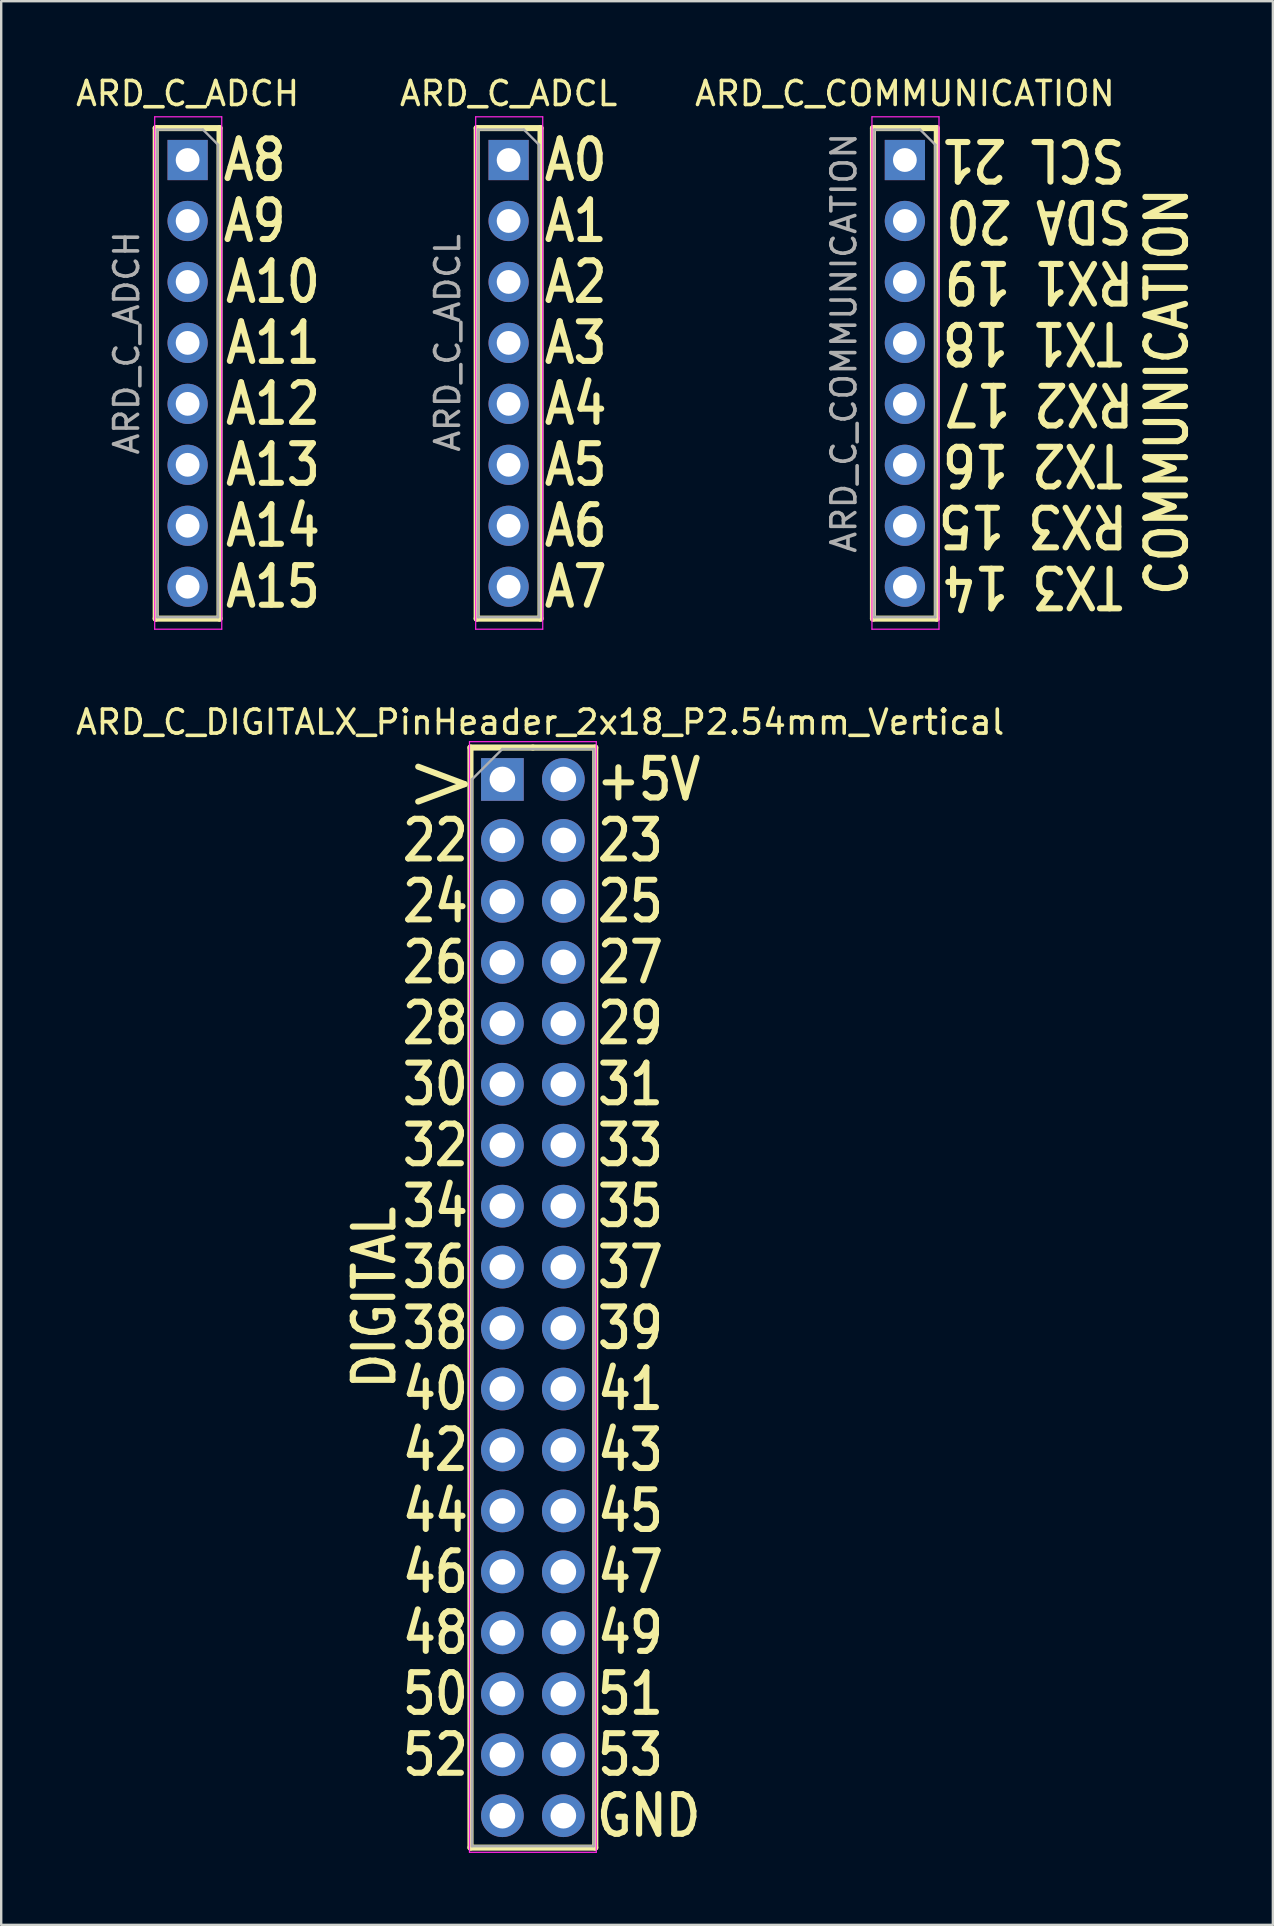
<source format=kicad_pcb>
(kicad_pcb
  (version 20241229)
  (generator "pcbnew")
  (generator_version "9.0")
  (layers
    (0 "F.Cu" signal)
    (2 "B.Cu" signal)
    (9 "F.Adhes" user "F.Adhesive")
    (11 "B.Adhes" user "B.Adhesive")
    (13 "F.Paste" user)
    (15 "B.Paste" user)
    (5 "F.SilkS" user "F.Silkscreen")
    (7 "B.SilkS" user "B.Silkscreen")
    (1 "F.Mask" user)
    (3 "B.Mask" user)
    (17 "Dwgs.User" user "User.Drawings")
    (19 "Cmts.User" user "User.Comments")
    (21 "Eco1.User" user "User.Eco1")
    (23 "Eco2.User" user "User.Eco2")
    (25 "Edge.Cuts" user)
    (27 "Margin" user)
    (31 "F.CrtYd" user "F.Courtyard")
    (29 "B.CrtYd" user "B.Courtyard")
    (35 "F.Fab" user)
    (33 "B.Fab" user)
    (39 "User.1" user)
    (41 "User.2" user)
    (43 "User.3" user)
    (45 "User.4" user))
  (footprint "ARD_C_ADCH"
    (layer "F.Cu")
    (at 4.768 3.618)
    (property "Reference" "ARD_C_ADCH" (at 0 -2.77 0) (layer "F.SilkS") (effects (font (size 1 1) (thickness 0.15))))
    (attr through_hole)
    (fp_line (start -1.33 -1.33) (end -1.33 19.11) (stroke (width 0.254) (type solid)) (layer "F.SilkS"))
    (fp_line (start -1.33 -1.33) (end 1.33 -1.33) (stroke (width 0.254) (type solid)) (layer "F.SilkS"))
    (fp_line (start -1.33 19.11) (end 1.33 19.11) (stroke (width 0.254) (type solid)) (layer "F.SilkS"))
    (fp_line (start 1.33 -1.33) (end 1.33 19.11) (stroke (width 0.254) (type solid)) (layer "F.SilkS"))
    (fp_line (start -1.372 -1.8) (end 1.422 -1.8) (stroke (width 0.05) (type solid)) (layer "F.CrtYd"))
    (fp_line (start -1.372 19.55) (end -1.372 -1.8) (stroke (width 0.05) (type solid)) (layer "F.CrtYd"))
    (fp_line (start 1.422 -1.8) (end 1.422 19.55) (stroke (width 0.05) (type solid)) (layer "F.CrtYd"))
    (fp_line (start 1.422 19.55) (end -1.372 19.55) (stroke (width 0.05) (type solid)) (layer "F.CrtYd"))
    (fp_line (start -1.27 -1.27) (end 0.635 -1.27) (stroke (width 0.1) (type solid)) (layer "F.Fab"))
    (fp_line (start -1.27 19.05) (end -1.27 -1.27) (stroke (width 0.1) (type solid)) (layer "F.Fab"))
    (fp_line (start 0.635 -1.27) (end 1.27 -0.635) (stroke (width 0.1) (type solid)) (layer "F.Fab"))
    (fp_line (start 1.27 -0.635) (end 1.27 19.05) (stroke (width 0.1) (type solid)) (layer "F.Fab"))
    (fp_line (start 1.27 19.05) (end -1.27 19.05) (stroke (width 0.1) (type solid)) (layer "F.Fab"))
    (fp_text user "A12" (at 3.556 10.16 0) (layer "F.SilkS") (effects (font (size 1.651 1.397) (thickness 0.254))))
    (fp_text user "A13" (at 3.556 12.7 0) (layer "F.SilkS") (effects (font (size 1.651 1.397) (thickness 0.254))))
    (fp_text user "A8" (at 2.794 0 0) (layer "F.SilkS") (effects (font (size 1.651 1.397) (thickness 0.254))))
    (fp_text user "A10" (at 3.556 5.08 0) (layer "F.SilkS") (effects (font (size 1.651 1.397) (thickness 0.254))))
    (fp_text user "A14" (at 3.556 15.24 0) (layer "F.SilkS") (effects (font (size 1.651 1.397) (thickness 0.254))))
    (fp_text user "A11" (at 3.556 7.62 0) (layer "F.SilkS") (effects (font (size 1.651 1.397) (thickness 0.254))))
    (fp_text user "A15" (at 3.556 17.78 0) (layer "F.SilkS") (effects (font (size 1.651 1.397) (thickness 0.254))))
    (fp_text user "A9" (at 2.794 2.54 0) (layer "F.SilkS") (effects (font (size 1.651 1.397) (thickness 0.254))))
    (fp_text user "${REFERENCE}" (at -2.54 7.62 90) (layer "F.Fab") (effects (font (size 1 1) (thickness 0.15))))
    (pad "1" thru_hole rect (at 0 0) (size 1.676 1.676) (drill 0.991) (layers "*.Cu" "*.Mask"))
    (pad "2" thru_hole circle (at 0 2.54) (size 1.676 1.676) (drill 0.991) (layers "*.Cu" "*.Mask"))
    (pad "3" thru_hole circle (at 0 5.08) (size 1.676 1.676) (drill 0.991) (layers "*.Cu" "*.Mask"))
    (pad "4" thru_hole circle (at 0 7.62) (size 1.676 1.676) (drill 0.991) (layers "*.Cu" "*.Mask"))
    (pad "5" thru_hole circle (at 0 10.16) (size 1.676 1.676) (drill 0.991) (layers "*.Cu" "*.Mask"))
    (pad "6" thru_hole circle (at 0 12.7) (size 1.676 1.676) (drill 0.991) (layers "*.Cu" "*.Mask"))
    (pad "7" thru_hole circle (at 0 15.24) (size 1.676 1.676) (drill 0.991) (layers "*.Cu" "*.Mask"))
    (pad "8" thru_hole circle (at 0 17.78) (size 1.676 1.676) (drill 0.991) (layers "*.Cu" "*.Mask")))
  (footprint "ARD_C_COMMUNICATION"
    (layer "F.Cu")
    (at 34.655 3.618)
    (property "Reference" "ARD_C_COMMUNICATION" (at 0 -2.77 0) (layer "F.SilkS") (effects (font (size 1 1) (thickness 0.15))))
    (attr through_hole)
    (fp_line (start -1.33 -1.33) (end -1.33 19.11) (stroke (width 0.254) (type solid)) (layer "F.SilkS"))
    (fp_line (start -1.33 -1.33) (end 1.33 -1.33) (stroke (width 0.254) (type solid)) (layer "F.SilkS"))
    (fp_line (start -1.33 19.11) (end 1.33 19.11) (stroke (width 0.254) (type solid)) (layer "F.SilkS"))
    (fp_line (start 1.33 -1.33) (end 1.33 19.11) (stroke (width 0.254) (type solid)) (layer "F.SilkS"))
    (fp_line (start -1.372 -1.8) (end 1.422 -1.8) (stroke (width 0.05) (type solid)) (layer "F.CrtYd"))
    (fp_line (start -1.372 19.55) (end -1.372 -1.8) (stroke (width 0.05) (type solid)) (layer "F.CrtYd"))
    (fp_line (start 1.422 -1.8) (end 1.422 19.55) (stroke (width 0.05) (type solid)) (layer "F.CrtYd"))
    (fp_line (start 1.422 19.55) (end -1.372 19.55) (stroke (width 0.05) (type solid)) (layer "F.CrtYd"))
    (fp_line (start -1.27 -1.27) (end 0.635 -1.27) (stroke (width 0.1) (type solid)) (layer "F.Fab"))
    (fp_line (start -1.27 19.05) (end -1.27 -1.27) (stroke (width 0.1) (type solid)) (layer "F.Fab"))
    (fp_line (start 0.635 -1.27) (end 1.27 -0.635) (stroke (width 0.1) (type solid)) (layer "F.Fab"))
    (fp_line (start 1.27 -0.635) (end 1.27 19.05) (stroke (width 0.1) (type solid)) (layer "F.Fab"))
    (fp_line (start 1.27 19.05) (end -1.27 19.05) (stroke (width 0.1) (type solid)) (layer "F.Fab"))
    (fp_text user "COMMUNICATION" (at 10.922 9.652 90) (unlocked yes) (layer "F.SilkS") (effects (font (size 1.651 1.397) (thickness 0.254))))
    (fp_text user "TX1 18" (at 5.334 7.62 180) (unlocked yes) (layer "F.SilkS") (effects (font (size 1.651 1.397) (thickness 0.254))))
    (fp_text user "RX3 15" (at 5.334 15.24 180) (unlocked yes) (layer "F.SilkS") (effects (font (size 1.651 1.397) (thickness 0.254))))
    (fp_text user "RX1 19" (at 5.588 5.08 180) (unlocked yes) (layer "F.SilkS") (effects (font (size 1.651 1.397) (thickness 0.254))))
    (fp_text user "SCL 21" (at 5.334 0 180) (unlocked yes) (layer "F.SilkS") (effects (font (size 1.651 1.397) (thickness 0.254))))
    (fp_text user "SDA 20" (at 5.588 2.54 180) (unlocked yes) (layer "F.SilkS") (effects (font (size 1.651 1.397) (thickness 0.254))))
    (fp_text user "TX3 14" (at 5.334 17.78 180) (unlocked yes) (layer "F.SilkS") (effects (font (size 1.651 1.397) (thickness 0.254))))
    (fp_text user "TX2 16" (at 5.334 12.7 180) (unlocked yes) (layer "F.SilkS") (effects (font (size 1.651 1.397) (thickness 0.254))))
    (fp_text user "RX2 17" (at 5.588 10.16 180) (unlocked yes) (layer "F.SilkS") (effects (font (size 1.651 1.397) (thickness 0.254))))
    (fp_text user "${REFERENCE}" (at -2.54 7.62 90) (layer "F.Fab") (effects (font (size 1 1) (thickness 0.15))))
    (pad "1" thru_hole rect (at 0 0) (size 1.676 1.676) (drill 0.991) (layers "*.Cu" "*.Mask"))
    (pad "2" thru_hole circle (at 0 2.54) (size 1.676 1.676) (drill 0.991) (layers "*.Cu" "*.Mask"))
    (pad "3" thru_hole circle (at 0 5.08) (size 1.676 1.676) (drill 0.991) (layers "*.Cu" "*.Mask"))
    (pad "4" thru_hole circle (at 0 7.62) (size 1.676 1.676) (drill 0.991) (layers "*.Cu" "*.Mask"))
    (pad "5" thru_hole circle (at 0 10.16) (size 1.676 1.676) (drill 0.991) (layers "*.Cu" "*.Mask"))
    (pad "6" thru_hole circle (at 0 12.7) (size 1.676 1.676) (drill 0.991) (layers "*.Cu" "*.Mask"))
    (pad "7" thru_hole circle (at 0 15.24) (size 1.676 1.676) (drill 0.991) (layers "*.Cu" "*.Mask"))
    (pad "8" thru_hole circle (at 0 17.78) (size 1.676 1.676) (drill 0.991) (layers "*.Cu" "*.Mask")))
  (footprint "ARD_C_ADCL"
    (layer "F.Cu")
    (at 18.143 3.618)
    (property "Reference" "ARD_C_ADCL" (at 0 -2.77 0) (layer "F.SilkS") (effects (font (size 1 1) (thickness 0.15))))
    (attr through_hole)
    (fp_line (start -1.33 -1.33) (end -1.33 19.11) (stroke (width 0.254) (type solid)) (layer "F.SilkS"))
    (fp_line (start -1.33 -1.33) (end 1.33 -1.33) (stroke (width 0.254) (type solid)) (layer "F.SilkS"))
    (fp_line (start -1.33 19.11) (end 1.33 19.11) (stroke (width 0.254) (type solid)) (layer "F.SilkS"))
    (fp_line (start 1.33 -1.33) (end 1.33 19.11) (stroke (width 0.254) (type solid)) (layer "F.SilkS"))
    (fp_line (start -1.372 -1.8) (end 1.422 -1.8) (stroke (width 0.05) (type solid)) (layer "F.CrtYd"))
    (fp_line (start -1.372 19.55) (end -1.372 -1.8) (stroke (width 0.05) (type solid)) (layer "F.CrtYd"))
    (fp_line (start 1.422 -1.8) (end 1.422 19.55) (stroke (width 0.05) (type solid)) (layer "F.CrtYd"))
    (fp_line (start 1.422 19.55) (end -1.372 19.55) (stroke (width 0.05) (type solid)) (layer "F.CrtYd"))
    (fp_line (start -1.27 -1.27) (end 0.635 -1.27) (stroke (width 0.1) (type solid)) (layer "F.Fab"))
    (fp_line (start -1.27 19.05) (end -1.27 -1.27) (stroke (width 0.1) (type solid)) (layer "F.Fab"))
    (fp_line (start 0.635 -1.27) (end 1.27 -0.635) (stroke (width 0.1) (type solid)) (layer "F.Fab"))
    (fp_line (start 1.27 -0.635) (end 1.27 19.05) (stroke (width 0.1) (type solid)) (layer "F.Fab"))
    (fp_line (start 1.27 19.05) (end -1.27 19.05) (stroke (width 0.1) (type solid)) (layer "F.Fab"))
    (fp_text user "A7" (at 2.794 17.78 0) (layer "F.SilkS") (effects (font (size 1.651 1.397) (thickness 0.254))))
    (fp_text user "A5" (at 2.794 12.7 0) (layer "F.SilkS") (effects (font (size 1.651 1.397) (thickness 0.254))))
    (fp_text user "A3" (at 2.794 7.62 0) (layer "F.SilkS") (effects (font (size 1.651 1.397) (thickness 0.254))))
    (fp_text user "A2" (at 2.794 5.08 0) (layer "F.SilkS") (effects (font (size 1.651 1.397) (thickness 0.254))))
    (fp_text user "A1" (at 2.794 2.54 0) (layer "F.SilkS") (effects (font (size 1.651 1.397) (thickness 0.254))))
    (fp_text user "A0" (at 2.794 0 0) (layer "F.SilkS") (effects (font (size 1.651 1.397) (thickness 0.254))))
    (fp_text user "A6" (at 2.794 15.24 0) (layer "F.SilkS") (effects (font (size 1.651 1.397) (thickness 0.254))))
    (fp_text user "A4" (at 2.794 10.16 0) (layer "F.SilkS") (effects (font (size 1.651 1.397) (thickness 0.254))))
    (fp_text user "${REFERENCE}" (at -2.54 7.62 90) (layer "F.Fab") (effects (font (size 1 1) (thickness 0.15))))
    (pad "1" thru_hole rect (at 0 0) (size 1.676 1.676) (drill 0.991) (layers "*.Cu" "*.Mask"))
    (pad "2" thru_hole circle (at 0 2.54) (size 1.676 1.676) (drill 0.991) (layers "*.Cu" "*.Mask"))
    (pad "3" thru_hole circle (at 0 5.08) (size 1.676 1.676) (drill 0.991) (layers "*.Cu" "*.Mask"))
    (pad "4" thru_hole circle (at 0 7.62) (size 1.676 1.676) (drill 0.991) (layers "*.Cu" "*.Mask"))
    (pad "5" thru_hole circle (at 0 10.16) (size 1.676 1.676) (drill 0.991) (layers "*.Cu" "*.Mask"))
    (pad "6" thru_hole circle (at 0 12.7) (size 1.676 1.676) (drill 0.991) (layers "*.Cu" "*.Mask"))
    (pad "7" thru_hole circle (at 0 15.24) (size 1.676 1.676) (drill 0.991) (layers "*.Cu" "*.Mask"))
    (pad "8" thru_hole circle (at 0 17.78) (size 1.676 1.676) (drill 0.991) (layers "*.Cu" "*.Mask")))
  (footprint "ARD_C_DIGITALX_PinHeader_2x18_P2.54mm_Vertical"
    (layer "F.Cu")
    (at 17.884 29.429)
    (property "Reference" "ARD_C_DIGITALX_PinHeader_2x18_P2.54mm_Vertical" (at 1.575 -2.388 0) (layer "F.SilkS") (effects (font (size 1 1) (thickness 0.15))))
    (attr through_hole)
    (fp_line (start -1.33 -1.33) (end -1.33 44.51) (stroke (width 0.254) (type solid)) (layer "F.SilkS"))
    (fp_line (start -1.33 -1.33) (end 1.27 -1.33) (stroke (width 0.254) (type solid)) (layer "F.SilkS"))
    (fp_line (start -1.33 44.51) (end 3.87 44.51) (stroke (width 0.254) (type solid)) (layer "F.SilkS"))
    (fp_line (start 1.27 -1.33) (end 3.87 -1.33) (stroke (width 0.254) (type solid)) (layer "F.SilkS"))
    (fp_line (start 3.87 -1.33) (end 3.87 44.51) (stroke (width 0.254) (type solid)) (layer "F.SilkS"))
    (fp_line (start -1.372 -1.575) (end -1.372 44.704) (stroke (width 0.05) (type solid)) (layer "F.CrtYd"))
    (fp_line (start -1.372 44.704) (end 3.912 44.704) (stroke (width 0.05) (type solid)) (layer "F.CrtYd"))
    (fp_line (start 3.912 -1.575) (end -1.372 -1.575) (stroke (width 0.05) (type solid)) (layer "F.CrtYd"))
    (fp_line (start 3.912 44.704) (end 3.912 -1.575) (stroke (width 0.05) (type solid)) (layer "F.CrtYd"))
    (fp_line (start -1.27 0) (end 0 -1.27) (stroke (width 0.1) (type solid)) (layer "F.Fab"))
    (fp_line (start -1.27 44.45) (end -1.27 0) (stroke (width 0.1) (type solid)) (layer "F.Fab"))
    (fp_line (start 0 -1.27) (end 3.81 -1.27) (stroke (width 0.1) (type solid)) (layer "F.Fab"))
    (fp_line (start 3.81 -1.27) (end 3.81 44.45) (stroke (width 0.1) (type solid)) (layer "F.Fab"))
    (fp_line (start 3.81 44.45) (end -1.27 44.45) (stroke (width 0.1) (type solid)) (layer "F.Fab"))
    (fp_text user "38" (at -2.794 22.86 0) (layer "F.SilkS") (effects (font (size 1.651 1.397) (thickness 0.254))))
    (fp_text user "23" (at 5.334 2.54 0) (layer "F.SilkS") (effects (font (size 1.651 1.397) (thickness 0.254))))
    (fp_text user "26" (at -2.794 7.62 0) (layer "F.SilkS") (effects (font (size 1.651 1.397) (thickness 0.254))))
    (fp_text user "39" (at 5.334 22.86 0) (layer "F.SilkS") (effects (font (size 1.651 1.397) (thickness 0.254))))
    (fp_text user "45" (at 5.334 30.48 0) (layer "F.SilkS") (effects (font (size 1.651 1.397) (thickness 0.254))))
    (fp_text user "41" (at 5.334 25.4 0) (layer "F.SilkS") (effects (font (size 1.651 1.397) (thickness 0.254))))
    (fp_text user ">" (at -2.54 0 0) (layer "F.SilkS") (effects (font (size 2.54 2.54) (thickness 0.254))))
    (fp_text user "31" (at 5.334 12.7 0) (layer "F.SilkS") (effects (font (size 1.651 1.397) (thickness 0.254))))
    (fp_text user "49" (at 5.334 35.56 0) (layer "F.SilkS") (effects (font (size 1.651 1.397) (thickness 0.254))))
    (fp_text user "24" (at -2.794 5.08 0) (layer "F.SilkS") (effects (font (size 1.651 1.397) (thickness 0.254))))
    (fp_text user "35" (at 5.334 17.78 0) (layer "F.SilkS") (effects (font (size 1.651 1.397) (thickness 0.254))))
    (fp_text user "33" (at 5.334 15.24 0) (layer "F.SilkS") (effects (font (size 1.651 1.397) (thickness 0.254))))
    (fp_text user "DIGITAL" (at -5.334 21.59 90) (layer "F.SilkS") (effects (font (size 1.651 1.397) (thickness 0.254))))
    (fp_text user "30" (at -2.794 12.7 0) (layer "F.SilkS") (effects (font (size 1.651 1.397) (thickness 0.254))))
    (fp_text user "46" (at -2.794 33.02 0) (layer "F.SilkS") (effects (font (size 1.651 1.397) (thickness 0.254))))
    (fp_text user "GND" (at 6.096 43.18 0) (layer "F.SilkS") (effects (font (size 1.651 1.397) (thickness 0.254))))
    (fp_text user "53" (at 5.334 40.64 0) (layer "F.SilkS") (effects (font (size 1.651 1.397) (thickness 0.254))))
    (fp_text user "32" (at -2.794 15.24 0) (layer "F.SilkS") (effects (font (size 1.651 1.397) (thickness 0.254))))
    (fp_text user "52" (at -2.794 40.64 0) (layer "F.SilkS") (effects (font (size 1.651 1.397) (thickness 0.254))))
    (fp_text user "42" (at -2.794 27.94 0) (layer "F.SilkS") (effects (font (size 1.651 1.397) (thickness 0.254))))
    (fp_text user "36" (at -2.794 20.32 0) (layer "F.SilkS") (effects (font (size 1.651 1.397) (thickness 0.254))))
    (fp_text user "47" (at 5.334 33.02 0) (layer "F.SilkS") (effects (font (size 1.651 1.397) (thickness 0.254))))
    (fp_text user "27" (at 5.334 7.62 0) (layer "F.SilkS") (effects (font (size 1.651 1.397) (thickness 0.254))))
    (fp_text user "25" (at 5.334 5.08 0) (layer "F.SilkS") (effects (font (size 1.651 1.397) (thickness 0.254))))
    (fp_text user "34" (at -2.794 17.78 0) (layer "F.SilkS") (effects (font (size 1.651 1.397) (thickness 0.254))))
    (fp_text user "48" (at -2.794 35.56 0) (layer "F.SilkS") (effects (font (size 1.651 1.397) (thickness 0.254))))
    (fp_text user "37" (at 5.334 20.32 0) (layer "F.SilkS") (effects (font (size 1.651 1.397) (thickness 0.254))))
    (fp_text user "+5V" (at 6.096 0 0) (layer "F.SilkS") (effects (font (size 1.651 1.397) (thickness 0.254))))
    (fp_text user "43" (at 5.334 27.94 0) (layer "F.SilkS") (effects (font (size 1.651 1.397) (thickness 0.254))))
    (fp_text user "22" (at -2.794 2.54 0) (layer "F.SilkS") (effects (font (size 1.651 1.397) (thickness 0.254))))
    (fp_text user "28" (at -2.794 10.16 0) (layer "F.SilkS") (effects (font (size 1.651 1.397) (thickness 0.254))))
    (fp_text user "51" (at 5.334 38.1 0) (layer "F.SilkS") (effects (font (size 1.651 1.397) (thickness 0.254))))
    (fp_text user "44" (at -2.794 30.48 0) (layer "F.SilkS") (effects (font (size 1.651 1.397) (thickness 0.254))))
    (fp_text user "50" (at -2.794 38.1 0) (layer "F.SilkS") (effects (font (size 1.651 1.397) (thickness 0.254))))
    (fp_text user "40" (at -2.794 25.4 0) (layer "F.SilkS") (effects (font (size 1.651 1.397) (thickness 0.254))))
    (fp_text user "29" (at 5.334 10.16 0) (layer "F.SilkS") (effects (font (size 1.651 1.397) (thickness 0.254))))
    (pad "1" thru_hole rect (at 0 0) (size 1.778 1.778) (drill 1.067) (layers "*.Cu" "*.Mask"))
    (pad "2" thru_hole oval (at 2.54 0) (size 1.778 1.778) (drill 1.067) (layers "*.Cu" "*.Mask"))
    (pad "3" thru_hole oval (at 0 2.54) (size 1.778 1.778) (drill 1.067) (layers "*.Cu" "*.Mask"))
    (pad "4" thru_hole oval (at 2.54 2.54) (size 1.778 1.778) (drill 1.067) (layers "*.Cu" "*.Mask"))
    (pad "5" thru_hole oval (at 0 5.08) (size 1.778 1.778) (drill 1.067) (layers "*.Cu" "*.Mask"))
    (pad "6" thru_hole oval (at 2.54 5.08) (size 1.778 1.778) (drill 1.067) (layers "*.Cu" "*.Mask"))
    (pad "7" thru_hole oval (at 0 7.62) (size 1.778 1.778) (drill 1.067) (layers "*.Cu" "*.Mask"))
    (pad "8" thru_hole oval (at 2.54 7.62) (size 1.778 1.778) (drill 1.067) (layers "*.Cu" "*.Mask"))
    (pad "9" thru_hole oval (at 0 10.16) (size 1.778 1.778) (drill 1.067) (layers "*.Cu" "*.Mask"))
    (pad "10" thru_hole oval (at 2.54 10.16) (size 1.778 1.778) (drill 1.067) (layers "*.Cu" "*.Mask"))
    (pad "11" thru_hole oval (at 0 12.7) (size 1.778 1.778) (drill 1.067) (layers "*.Cu" "*.Mask"))
    (pad "12" thru_hole oval (at 2.54 12.7) (size 1.778 1.778) (drill 1.067) (layers "*.Cu" "*.Mask"))
    (pad "13" thru_hole oval (at 0 15.24) (size 1.778 1.778) (drill 1.067) (layers "*.Cu" "*.Mask"))
    (pad "14" thru_hole oval (at 2.54 15.24) (size 1.778 1.778) (drill 1.067) (layers "*.Cu" "*.Mask"))
    (pad "15" thru_hole oval (at 0 17.78) (size 1.778 1.778) (drill 1.067) (layers "*.Cu" "*.Mask"))
    (pad "16" thru_hole oval (at 2.54 17.78) (size 1.778 1.778) (drill 1.067) (layers "*.Cu" "*.Mask"))
    (pad "17" thru_hole oval (at 0 20.32) (size 1.778 1.778) (drill 1.067) (layers "*.Cu" "*.Mask"))
    (pad "18" thru_hole oval (at 2.54 20.32) (size 1.778 1.778) (drill 1.067) (layers "*.Cu" "*.Mask"))
    (pad "19" thru_hole oval (at 0 22.86) (size 1.778 1.778) (drill 1.067) (layers "*.Cu" "*.Mask"))
    (pad "20" thru_hole oval (at 2.54 22.86) (size 1.778 1.778) (drill 1.067) (layers "*.Cu" "*.Mask"))
    (pad "21" thru_hole oval (at 0 25.4) (size 1.778 1.778) (drill 1.067) (layers "*.Cu" "*.Mask"))
    (pad "22" thru_hole oval (at 2.54 25.4) (size 1.778 1.778) (drill 1.067) (layers "*.Cu" "*.Mask"))
    (pad "23" thru_hole oval (at 0 27.94) (size 1.778 1.778) (drill 1.067) (layers "*.Cu" "*.Mask"))
    (pad "24" thru_hole oval (at 2.54 27.94) (size 1.778 1.778) (drill 1.067) (layers "*.Cu" "*.Mask"))
    (pad "25" thru_hole oval (at 0 30.48) (size 1.778 1.778) (drill 1.067) (layers "*.Cu" "*.Mask"))
    (pad "26" thru_hole oval (at 2.54 30.48) (size 1.778 1.778) (drill 1.067) (layers "*.Cu" "*.Mask"))
    (pad "27" thru_hole oval (at 0 33.02) (size 1.778 1.778) (drill 1.067) (layers "*.Cu" "*.Mask"))
    (pad "28" thru_hole oval (at 2.54 33.02) (size 1.778 1.778) (drill 1.067) (layers "*.Cu" "*.Mask"))
    (pad "29" thru_hole oval (at 0 35.56) (size 1.778 1.778) (drill 1.067) (layers "*.Cu" "*.Mask"))
    (pad "30" thru_hole oval (at 2.54 35.56) (size 1.778 1.778) (drill 1.067) (layers "*.Cu" "*.Mask"))
    (pad "31" thru_hole oval (at 0 38.1) (size 1.778 1.778) (drill 1.067) (layers "*.Cu" "*.Mask"))
    (pad "32" thru_hole oval (at 2.54 38.1) (size 1.778 1.778) (drill 1.067) (layers "*.Cu" "*.Mask"))
    (pad "33" thru_hole oval (at 0 40.64) (size 1.778 1.778) (drill 1.067) (layers "*.Cu" "*.Mask"))
    (pad "34" thru_hole oval (at 2.54 40.64) (size 1.778 1.778) (drill 1.067) (layers "*.Cu" "*.Mask"))
    (pad "35" thru_hole oval (at 0 43.18) (size 1.778 1.778) (drill 1.067) (layers "*.Cu" "*.Mask"))
    (pad "36" thru_hole oval (at 2.54 43.18) (size 1.778 1.778) (drill 1.067) (layers "*.Cu" "*.Mask")))
  (gr_rect
    (start -3 -3)
    (end 49.989 77.158)
    (stroke (width 0.1) (type default))
    (fill no)
    (layer "Edge.Cuts")))
</source>
